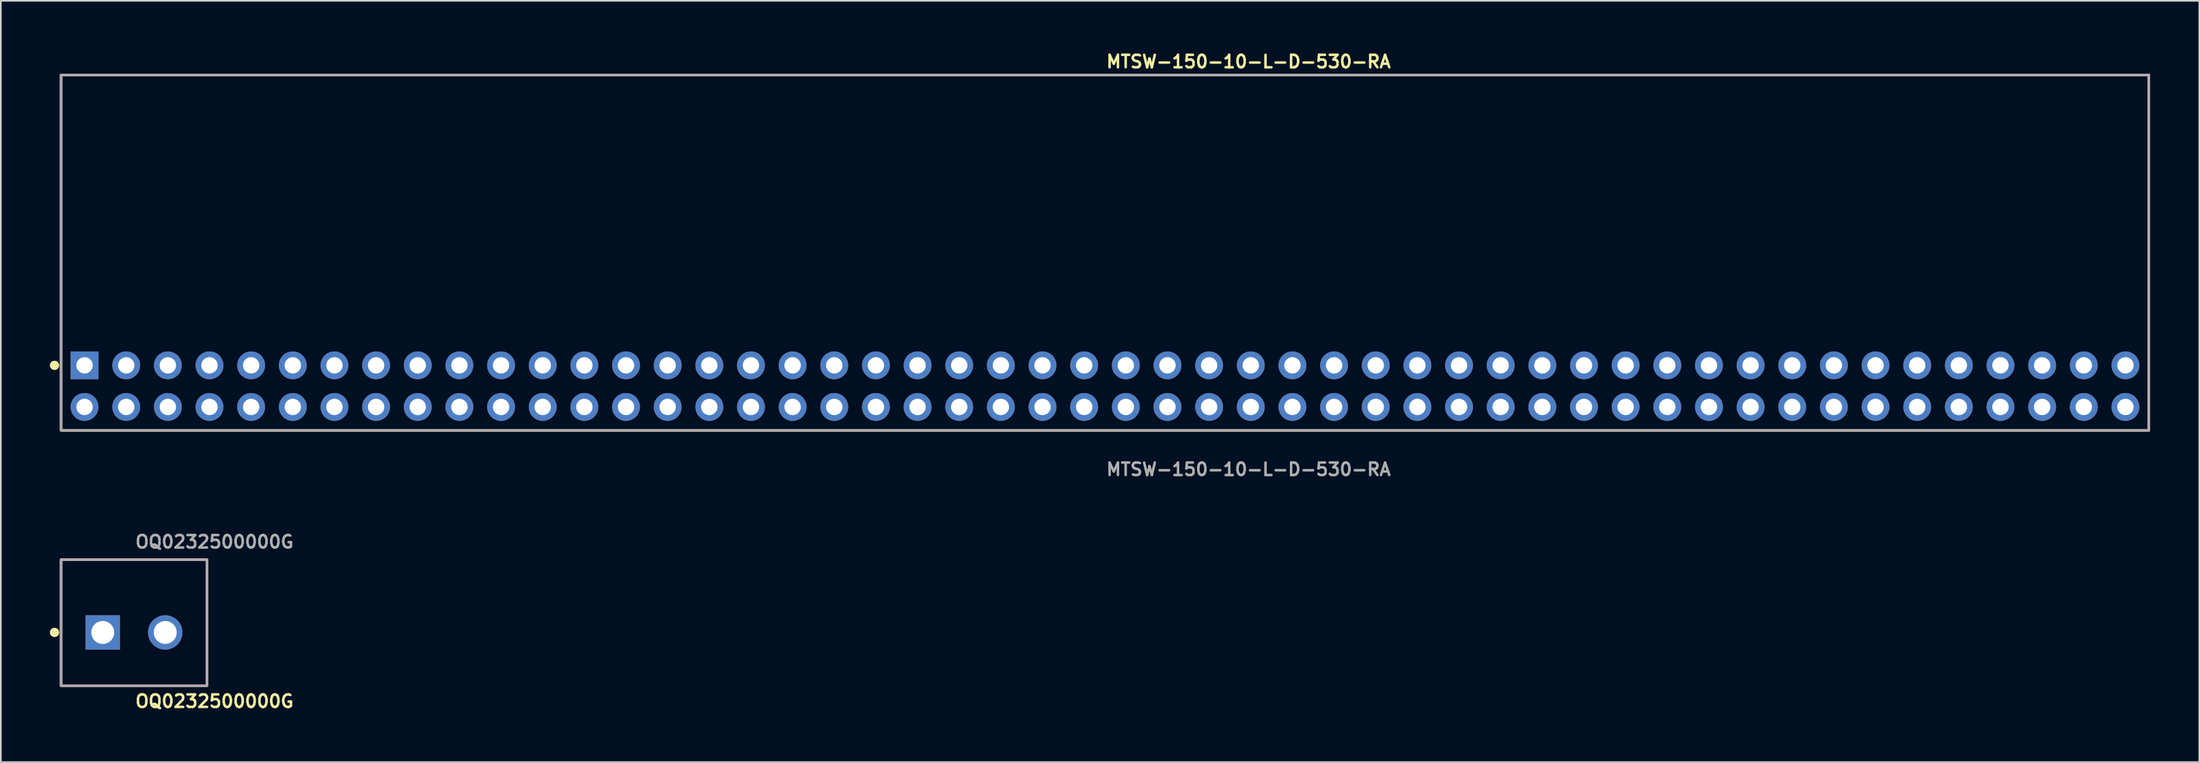
<source format=kicad_pcb>
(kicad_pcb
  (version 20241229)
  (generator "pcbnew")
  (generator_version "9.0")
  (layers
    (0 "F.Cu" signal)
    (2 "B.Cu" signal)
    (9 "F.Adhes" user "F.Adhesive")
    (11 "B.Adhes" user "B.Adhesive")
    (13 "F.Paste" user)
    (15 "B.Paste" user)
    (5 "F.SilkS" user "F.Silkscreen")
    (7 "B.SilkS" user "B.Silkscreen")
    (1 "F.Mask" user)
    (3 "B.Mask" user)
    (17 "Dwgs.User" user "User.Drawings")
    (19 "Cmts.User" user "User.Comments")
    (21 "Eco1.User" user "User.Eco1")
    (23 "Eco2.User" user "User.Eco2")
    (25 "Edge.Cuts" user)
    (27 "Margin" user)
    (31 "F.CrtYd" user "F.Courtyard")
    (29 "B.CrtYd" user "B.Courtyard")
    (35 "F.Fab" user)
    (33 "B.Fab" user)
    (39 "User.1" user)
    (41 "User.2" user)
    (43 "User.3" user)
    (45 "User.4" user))
  (footprint "MTSW-150-10-L-D-530-RA"
    (layer "F.Cu")
    (at 64.336 20.525)
    (property "Reference" "MTSW-150-10-L-D-530-RA" (at 0 -19.812 0) (unlocked yes) (layer "F.SilkS") (effects (font (size 0.762 0.762) (thickness 0.152)) (justify left)))
    (fp_rect (start -63.66 2.7) (end 63.66 -19) (stroke (width 0.152) (type solid)) (fill no) (layer "F.SilkS"))
    (fp_circle (center -64.06 -1.27) (end -64.26 -1.27) (stroke (width 0.152) (type solid)) (fill yes) (layer "F.SilkS"))
    (fp_circle (center -64.06 -1.27) (end -64.26 -1.27) (stroke (width 0.152) (type solid)) (fill yes) (layer "F.SilkS"))
    (fp_rect (start -63.66 2.7) (end 63.66 -19) (stroke (width 0.006) (type solid)) (fill no) (layer "F.CrtYd"))
    (fp_rect (start -63.66 2.7) (end 63.66 -19) (stroke (width 0.152) (type solid)) (fill no) (layer "F.Fab"))
    (fp_text user "${REFERENCE}" (at 0 5.08 0) (unlocked yes) (layer "F.Fab") (effects (font (size 0.762 0.762) (thickness 0.152)) (justify left)))
    (pad "1" thru_hole rect (at -62.23 -1.27) (size 1.7 1.7) (drill 1) (layers "*.Cu" "*.Mask"))
    (pad "2" thru_hole circle (at -62.23 1.27) (size 1.7 1.7) (drill 1) (layers "*.Cu" "*.Mask"))
    (pad "3" thru_hole circle (at -59.69 -1.27) (size 1.7 1.7) (drill 1) (layers "*.Cu" "*.Mask"))
    (pad "4" thru_hole circle (at -59.69 1.27) (size 1.7 1.7) (drill 1) (layers "*.Cu" "*.Mask"))
    (pad "5" thru_hole circle (at -57.15 -1.27) (size 1.7 1.7) (drill 1) (layers "*.Cu" "*.Mask"))
    (pad "6" thru_hole circle (at -57.15 1.27) (size 1.7 1.7) (drill 1) (layers "*.Cu" "*.Mask"))
    (pad "7" thru_hole circle (at -54.61 -1.27) (size 1.7 1.7) (drill 1) (layers "*.Cu" "*.Mask"))
    (pad "8" thru_hole circle (at -54.61 1.27) (size 1.7 1.7) (drill 1) (layers "*.Cu" "*.Mask"))
    (pad "9" thru_hole circle (at -52.07 -1.27) (size 1.7 1.7) (drill 1) (layers "*.Cu" "*.Mask"))
    (pad "10" thru_hole circle (at -52.07 1.27) (size 1.7 1.7) (drill 1) (layers "*.Cu" "*.Mask"))
    (pad "11" thru_hole circle (at -49.53 -1.27) (size 1.7 1.7) (drill 1) (layers "*.Cu" "*.Mask"))
    (pad "12" thru_hole circle (at -49.53 1.27) (size 1.7 1.7) (drill 1) (layers "*.Cu" "*.Mask"))
    (pad "13" thru_hole circle (at -46.99 -1.27) (size 1.7 1.7) (drill 1) (layers "*.Cu" "*.Mask"))
    (pad "14" thru_hole circle (at -46.99 1.27) (size 1.7 1.7) (drill 1) (layers "*.Cu" "*.Mask"))
    (pad "15" thru_hole circle (at -44.45 -1.27) (size 1.7 1.7) (drill 1) (layers "*.Cu" "*.Mask"))
    (pad "16" thru_hole circle (at -44.45 1.27) (size 1.7 1.7) (drill 1) (layers "*.Cu" "*.Mask"))
    (pad "17" thru_hole circle (at -41.91 -1.27) (size 1.7 1.7) (drill 1) (layers "*.Cu" "*.Mask"))
    (pad "18" thru_hole circle (at -41.91 1.27) (size 1.7 1.7) (drill 1) (layers "*.Cu" "*.Mask"))
    (pad "19" thru_hole circle (at -39.37 -1.27) (size 1.7 1.7) (drill 1) (layers "*.Cu" "*.Mask"))
    (pad "20" thru_hole circle (at -39.37 1.27) (size 1.7 1.7) (drill 1) (layers "*.Cu" "*.Mask"))
    (pad "21" thru_hole circle (at -36.83 -1.27) (size 1.7 1.7) (drill 1) (layers "*.Cu" "*.Mask"))
    (pad "22" thru_hole circle (at -36.83 1.27) (size 1.7 1.7) (drill 1) (layers "*.Cu" "*.Mask"))
    (pad "23" thru_hole circle (at -34.29 -1.27) (size 1.7 1.7) (drill 1) (layers "*.Cu" "*.Mask"))
    (pad "24" thru_hole circle (at -34.29 1.27) (size 1.7 1.7) (drill 1) (layers "*.Cu" "*.Mask"))
    (pad "25" thru_hole circle (at -31.75 -1.27) (size 1.7 1.7) (drill 1) (layers "*.Cu" "*.Mask"))
    (pad "26" thru_hole circle (at -31.75 1.27) (size 1.7 1.7) (drill 1) (layers "*.Cu" "*.Mask"))
    (pad "27" thru_hole circle (at -29.21 -1.27) (size 1.7 1.7) (drill 1) (layers "*.Cu" "*.Mask"))
    (pad "28" thru_hole circle (at -29.21 1.27) (size 1.7 1.7) (drill 1) (layers "*.Cu" "*.Mask"))
    (pad "29" thru_hole circle (at -26.67 -1.27) (size 1.7 1.7) (drill 1) (layers "*.Cu" "*.Mask"))
    (pad "30" thru_hole circle (at -26.67 1.27) (size 1.7 1.7) (drill 1) (layers "*.Cu" "*.Mask"))
    (pad "31" thru_hole circle (at -24.13 -1.27) (size 1.7 1.7) (drill 1) (layers "*.Cu" "*.Mask"))
    (pad "32" thru_hole circle (at -24.13 1.27) (size 1.7 1.7) (drill 1) (layers "*.Cu" "*.Mask"))
    (pad "33" thru_hole circle (at -21.59 -1.27) (size 1.7 1.7) (drill 1) (layers "*.Cu" "*.Mask"))
    (pad "34" thru_hole circle (at -21.59 1.27) (size 1.7 1.7) (drill 1) (layers "*.Cu" "*.Mask"))
    (pad "35" thru_hole circle (at -19.05 -1.27) (size 1.7 1.7) (drill 1) (layers "*.Cu" "*.Mask"))
    (pad "36" thru_hole circle (at -19.05 1.27) (size 1.7 1.7) (drill 1) (layers "*.Cu" "*.Mask"))
    (pad "37" thru_hole circle (at -16.51 -1.27) (size 1.7 1.7) (drill 1) (layers "*.Cu" "*.Mask"))
    (pad "38" thru_hole circle (at -16.51 1.27) (size 1.7 1.7) (drill 1) (layers "*.Cu" "*.Mask"))
    (pad "39" thru_hole circle (at -13.97 -1.27) (size 1.7 1.7) (drill 1) (layers "*.Cu" "*.Mask"))
    (pad "40" thru_hole circle (at -13.97 1.27) (size 1.7 1.7) (drill 1) (layers "*.Cu" "*.Mask"))
    (pad "41" thru_hole circle (at -11.43 -1.27) (size 1.7 1.7) (drill 1) (layers "*.Cu" "*.Mask"))
    (pad "42" thru_hole circle (at -11.43 1.27) (size 1.7 1.7) (drill 1) (layers "*.Cu" "*.Mask"))
    (pad "43" thru_hole circle (at -8.89 -1.27) (size 1.7 1.7) (drill 1) (layers "*.Cu" "*.Mask"))
    (pad "44" thru_hole circle (at -8.89 1.27) (size 1.7 1.7) (drill 1) (layers "*.Cu" "*.Mask"))
    (pad "45" thru_hole circle (at -6.35 -1.27) (size 1.7 1.7) (drill 1) (layers "*.Cu" "*.Mask"))
    (pad "46" thru_hole circle (at -6.35 1.27) (size 1.7 1.7) (drill 1) (layers "*.Cu" "*.Mask"))
    (pad "47" thru_hole circle (at -3.81 -1.27) (size 1.7 1.7) (drill 1) (layers "*.Cu" "*.Mask"))
    (pad "48" thru_hole circle (at -3.81 1.27) (size 1.7 1.7) (drill 1) (layers "*.Cu" "*.Mask"))
    (pad "49" thru_hole circle (at -1.27 -1.27) (size 1.7 1.7) (drill 1) (layers "*.Cu" "*.Mask"))
    (pad "50" thru_hole circle (at -1.27 1.27) (size 1.7 1.7) (drill 1) (layers "*.Cu" "*.Mask"))
    (pad "51" thru_hole circle (at 1.27 -1.27) (size 1.7 1.7) (drill 1) (layers "*.Cu" "*.Mask"))
    (pad "52" thru_hole circle (at 1.27 1.27) (size 1.7 1.7) (drill 1) (layers "*.Cu" "*.Mask"))
    (pad "53" thru_hole circle (at 3.81 -1.27) (size 1.7 1.7) (drill 1) (layers "*.Cu" "*.Mask"))
    (pad "54" thru_hole circle (at 3.81 1.27) (size 1.7 1.7) (drill 1) (layers "*.Cu" "*.Mask"))
    (pad "55" thru_hole circle (at 6.35 -1.27) (size 1.7 1.7) (drill 1) (layers "*.Cu" "*.Mask"))
    (pad "56" thru_hole circle (at 6.35 1.27) (size 1.7 1.7) (drill 1) (layers "*.Cu" "*.Mask"))
    (pad "57" thru_hole circle (at 8.89 -1.27) (size 1.7 1.7) (drill 1) (layers "*.Cu" "*.Mask"))
    (pad "58" thru_hole circle (at 8.89 1.27) (size 1.7 1.7) (drill 1) (layers "*.Cu" "*.Mask"))
    (pad "59" thru_hole circle (at 11.43 -1.27) (size 1.7 1.7) (drill 1) (layers "*.Cu" "*.Mask"))
    (pad "60" thru_hole circle (at 11.43 1.27) (size 1.7 1.7) (drill 1) (layers "*.Cu" "*.Mask"))
    (pad "61" thru_hole circle (at 13.97 -1.27) (size 1.7 1.7) (drill 1) (layers "*.Cu" "*.Mask"))
    (pad "62" thru_hole circle (at 13.97 1.27) (size 1.7 1.7) (drill 1) (layers "*.Cu" "*.Mask"))
    (pad "63" thru_hole circle (at 16.51 -1.27) (size 1.7 1.7) (drill 1) (layers "*.Cu" "*.Mask"))
    (pad "64" thru_hole circle (at 16.51 1.27) (size 1.7 1.7) (drill 1) (layers "*.Cu" "*.Mask"))
    (pad "65" thru_hole circle (at 19.05 -1.27) (size 1.7 1.7) (drill 1) (layers "*.Cu" "*.Mask"))
    (pad "66" thru_hole circle (at 19.05 1.27) (size 1.7 1.7) (drill 1) (layers "*.Cu" "*.Mask"))
    (pad "67" thru_hole circle (at 21.59 -1.27) (size 1.7 1.7) (drill 1) (layers "*.Cu" "*.Mask"))
    (pad "68" thru_hole circle (at 21.59 1.27) (size 1.7 1.7) (drill 1) (layers "*.Cu" "*.Mask"))
    (pad "69" thru_hole circle (at 24.13 -1.27) (size 1.7 1.7) (drill 1) (layers "*.Cu" "*.Mask"))
    (pad "70" thru_hole circle (at 24.13 1.27) (size 1.7 1.7) (drill 1) (layers "*.Cu" "*.Mask"))
    (pad "71" thru_hole circle (at 26.67 -1.27) (size 1.7 1.7) (drill 1) (layers "*.Cu" "*.Mask"))
    (pad "72" thru_hole circle (at 26.67 1.27) (size 1.7 1.7) (drill 1) (layers "*.Cu" "*.Mask"))
    (pad "73" thru_hole circle (at 29.21 -1.27) (size 1.7 1.7) (drill 1) (layers "*.Cu" "*.Mask"))
    (pad "74" thru_hole circle (at 29.21 1.27) (size 1.7 1.7) (drill 1) (layers "*.Cu" "*.Mask"))
    (pad "75" thru_hole circle (at 31.75 -1.27) (size 1.7 1.7) (drill 1) (layers "*.Cu" "*.Mask"))
    (pad "76" thru_hole circle (at 31.75 1.27) (size 1.7 1.7) (drill 1) (layers "*.Cu" "*.Mask"))
    (pad "77" thru_hole circle (at 34.29 -1.27) (size 1.7 1.7) (drill 1) (layers "*.Cu" "*.Mask"))
    (pad "78" thru_hole circle (at 34.29 1.27) (size 1.7 1.7) (drill 1) (layers "*.Cu" "*.Mask"))
    (pad "79" thru_hole circle (at 36.83 -1.27) (size 1.7 1.7) (drill 1) (layers "*.Cu" "*.Mask"))
    (pad "80" thru_hole circle (at 36.83 1.27) (size 1.7 1.7) (drill 1) (layers "*.Cu" "*.Mask"))
    (pad "81" thru_hole circle (at 39.37 -1.27) (size 1.7 1.7) (drill 1) (layers "*.Cu" "*.Mask"))
    (pad "82" thru_hole circle (at 39.37 1.27) (size 1.7 1.7) (drill 1) (layers "*.Cu" "*.Mask"))
    (pad "83" thru_hole circle (at 41.91 -1.27) (size 1.7 1.7) (drill 1) (layers "*.Cu" "*.Mask"))
    (pad "84" thru_hole circle (at 41.91 1.27) (size 1.7 1.7) (drill 1) (layers "*.Cu" "*.Mask"))
    (pad "85" thru_hole circle (at 44.45 -1.27) (size 1.7 1.7) (drill 1) (layers "*.Cu" "*.Mask"))
    (pad "86" thru_hole circle (at 44.45 1.27) (size 1.7 1.7) (drill 1) (layers "*.Cu" "*.Mask"))
    (pad "87" thru_hole circle (at 46.99 -1.27) (size 1.7 1.7) (drill 1) (layers "*.Cu" "*.Mask"))
    (pad "88" thru_hole circle (at 46.99 1.27) (size 1.7 1.7) (drill 1) (layers "*.Cu" "*.Mask"))
    (pad "89" thru_hole circle (at 49.53 -1.27) (size 1.7 1.7) (drill 1) (layers "*.Cu" "*.Mask"))
    (pad "90" thru_hole circle (at 49.53 1.27) (size 1.7 1.7) (drill 1) (layers "*.Cu" "*.Mask"))
    (pad "91" thru_hole circle (at 52.07 -1.27) (size 1.7 1.7) (drill 1) (layers "*.Cu" "*.Mask"))
    (pad "92" thru_hole circle (at 52.07 1.27) (size 1.7 1.7) (drill 1) (layers "*.Cu" "*.Mask"))
    (pad "93" thru_hole circle (at 54.61 -1.27) (size 1.7 1.7) (drill 1) (layers "*.Cu" "*.Mask"))
    (pad "94" thru_hole circle (at 54.61 1.27) (size 1.7 1.7) (drill 1) (layers "*.Cu" "*.Mask"))
    (pad "95" thru_hole circle (at 57.15 -1.27) (size 1.7 1.7) (drill 1) (layers "*.Cu" "*.Mask"))
    (pad "96" thru_hole circle (at 57.15 1.27) (size 1.7 1.7) (drill 1) (layers "*.Cu" "*.Mask"))
    (pad "97" thru_hole circle (at 59.69 -1.27) (size 1.7 1.7) (drill 1) (layers "*.Cu" "*.Mask"))
    (pad "98" thru_hole circle (at 59.69 1.27) (size 1.7 1.7) (drill 1) (layers "*.Cu" "*.Mask"))
    (pad "99" thru_hole circle (at 62.23 -1.27) (size 1.7 1.7) (drill 1) (layers "*.Cu" "*.Mask"))
    (pad "100" thru_hole circle (at 62.23 1.27) (size 1.7 1.7) (drill 1) (layers "*.Cu" "*.Mask")))
  (footprint "OQ0232500000G"
    (layer "F.Cu")
    (at 5.121 35.562)
    (property "Reference" "OQ0232500000G" (at 0 4.2 0) (unlocked yes) (layer "F.SilkS") (effects (font (size 0.762 0.762) (thickness 0.152)) (justify left)))
    (fp_rect (start -4.445 3.251) (end 4.445 -4.445) (stroke (width 0.152) (type solid)) (fill no) (layer "F.SilkS"))
    (fp_circle (center -4.845 0) (end -5.045 0) (stroke (width 0.152) (type solid)) (fill yes) (layer "F.SilkS"))
    (fp_circle (center -4.845 0) (end -5.045 0) (stroke (width 0.152) (type solid)) (fill yes) (layer "F.SilkS"))
    (fp_rect (start -4.445 3.251) (end 4.445 -4.445) (stroke (width 0.006) (type solid)) (fill no) (layer "F.CrtYd"))
    (fp_rect (start -4.445 3.251) (end 4.445 -4.445) (stroke (width 0.152) (type solid)) (fill no) (layer "F.Fab"))
    (fp_text user "${REFERENCE}" (at 0 -5.53 0) (unlocked yes) (layer "F.Fab") (effects (font (size 0.762 0.762) (thickness 0.152)) (justify left)))
    (pad "1" thru_hole rect (at -1.905 0) (size 2.1 2.1) (drill 1.4) (layers "*.Cu" "*.Mask"))
    (pad "2" thru_hole circle (at 1.905 0) (size 2.1 2.1) (drill 1.4) (layers "*.Cu" "*.Mask")))
  (gr_rect
    (start -3 -3)
    (end 131.072 43.475)
    (stroke (width 0.1) (type default))
    (fill no)
    (layer "Edge.Cuts")))
</source>
